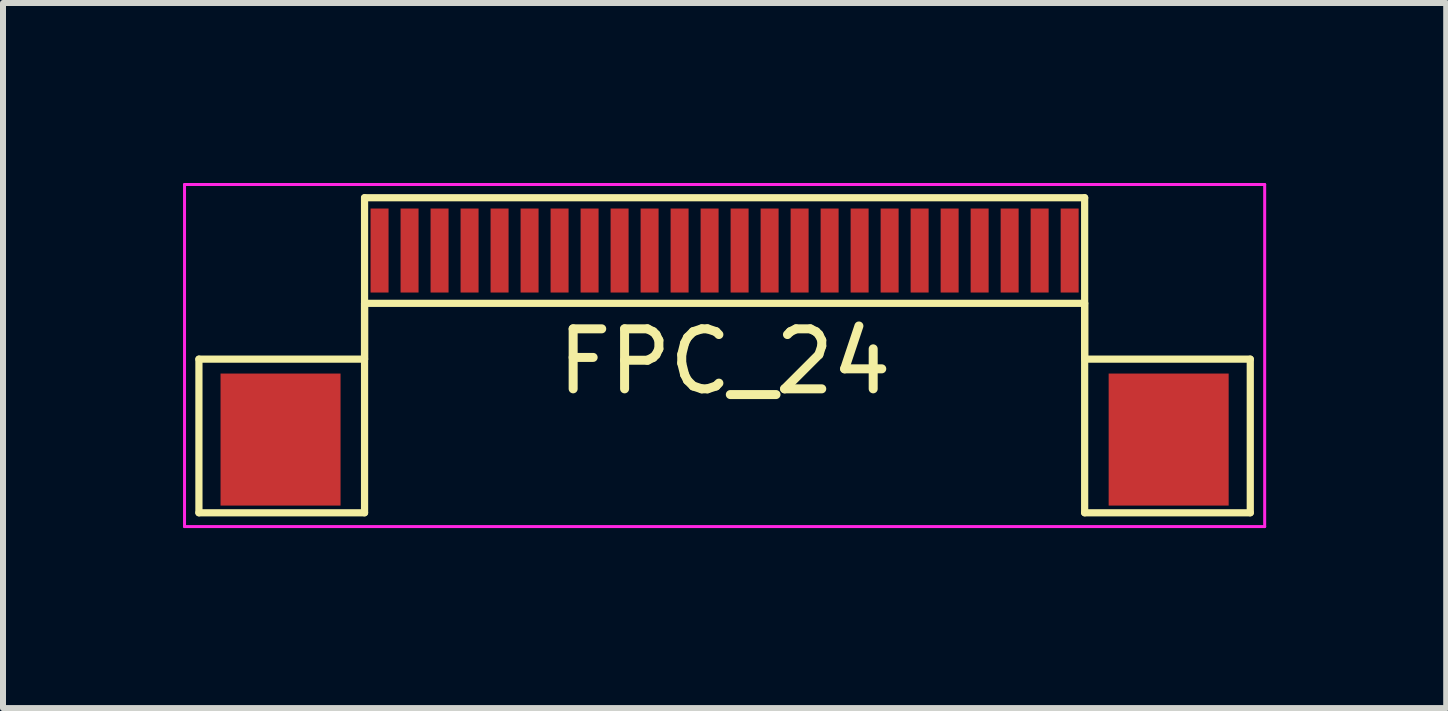
<source format=kicad_pcb>
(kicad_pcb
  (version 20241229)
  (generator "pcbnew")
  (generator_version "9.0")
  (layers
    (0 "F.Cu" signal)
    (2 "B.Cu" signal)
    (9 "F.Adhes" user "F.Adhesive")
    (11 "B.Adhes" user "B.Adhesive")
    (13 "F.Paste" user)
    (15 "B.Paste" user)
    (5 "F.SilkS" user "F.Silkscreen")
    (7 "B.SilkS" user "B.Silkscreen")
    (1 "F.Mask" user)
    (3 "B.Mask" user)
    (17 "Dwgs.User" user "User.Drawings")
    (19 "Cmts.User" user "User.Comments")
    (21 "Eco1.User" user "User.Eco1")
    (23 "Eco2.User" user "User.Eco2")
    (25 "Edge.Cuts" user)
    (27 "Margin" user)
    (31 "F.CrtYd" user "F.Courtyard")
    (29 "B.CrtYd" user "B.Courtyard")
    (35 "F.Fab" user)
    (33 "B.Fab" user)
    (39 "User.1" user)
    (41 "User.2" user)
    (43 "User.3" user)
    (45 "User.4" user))
  (footprint "FPC_24"
    (layer "F.Cu")
    (at 9.025 1.125)
    (property "Reference" "FPC_24" (at 0 1.85 0) (layer "F.SilkS") (effects (font (size 1 1) (thickness 0.15))))
    (attr smd)
    (fp_line (start -8.76 1.81) (end -6 1.81) (stroke (width 0.12) (type solid)) (layer "F.SilkS"))
    (fp_line (start -8.76 4.37) (end -8.76 1.81) (stroke (width 0.12) (type solid)) (layer "F.SilkS"))
    (fp_line (start -6 -0.88) (end 6 -0.88) (stroke (width 0.12) (type solid)) (layer "F.SilkS"))
    (fp_line (start -6 0.88) (end -6 4.37) (stroke (width 0.12) (type solid)) (layer "F.SilkS"))
    (fp_line (start -6 0.88) (end 6 0.88) (stroke (width 0.12) (type solid)) (layer "F.SilkS"))
    (fp_line (start -6 1.81) (end -6 -0.88) (stroke (width 0.12) (type solid)) (layer "F.SilkS"))
    (fp_line (start -6 4.37) (end -8.76 4.37) (stroke (width 0.12) (type solid)) (layer "F.SilkS"))
    (fp_line (start 6 0.88) (end 6 4.37) (stroke (width 0.12) (type solid)) (layer "F.SilkS"))
    (fp_line (start 6 1.81) (end 6 -0.88) (stroke (width 0.12) (type solid)) (layer "F.SilkS"))
    (fp_line (start 6 4.37) (end 8.76 4.37) (stroke (width 0.12) (type solid)) (layer "F.SilkS"))
    (fp_line (start 8.76 1.81) (end 6 1.81) (stroke (width 0.12) (type solid)) (layer "F.SilkS"))
    (fp_line (start 8.76 4.37) (end 8.76 1.81) (stroke (width 0.12) (type solid)) (layer "F.SilkS"))
    (fp_line (start -9 -1.1) (end -9 4.6) (stroke (width 0.05) (type solid)) (layer "F.CrtYd"))
    (fp_line (start -9 -1.1) (end 9 -1.1) (stroke (width 0.05) (type solid)) (layer "F.CrtYd"))
    (fp_line (start -9 4.6) (end 9 4.6) (stroke (width 0.05) (type solid)) (layer "F.CrtYd"))
    (fp_line (start 9 -1.1) (end 9 4.6) (stroke (width 0.05) (type solid)) (layer "F.CrtYd"))
    (pad "0" smd rect (at -7.4 3.15) (size 2 2.2) (layers "F.Cu" "F.Mask" "F.Paste"))
    (pad "0" smd rect (at 7.4 3.15) (size 2 2.2) (layers "F.Cu" "F.Mask" "F.Paste"))
    (pad "1" smd rect (at -5.75 0) (size 0.3 1.4) (layers "F.Cu" "F.Mask" "F.Paste"))
    (pad "2" smd rect (at -5.25 0) (size 0.3 1.4) (layers "F.Cu" "F.Mask" "F.Paste"))
    (pad "3" smd rect (at -4.75 0) (size 0.3 1.4) (layers "F.Cu" "F.Mask" "F.Paste"))
    (pad "4" smd rect (at -4.25 0) (size 0.3 1.4) (layers "F.Cu" "F.Mask" "F.Paste"))
    (pad "5" smd rect (at -3.75 0) (size 0.3 1.4) (layers "F.Cu" "F.Mask" "F.Paste"))
    (pad "6" smd rect (at -3.25 0) (size 0.3 1.4) (layers "F.Cu" "F.Mask" "F.Paste"))
    (pad "7" smd rect (at -2.75 0) (size 0.3 1.4) (layers "F.Cu" "F.Mask" "F.Paste"))
    (pad "8" smd rect (at -2.25 0) (size 0.3 1.4) (layers "F.Cu" "F.Mask" "F.Paste"))
    (pad "9" smd rect (at -1.75 0) (size 0.3 1.4) (layers "F.Cu" "F.Mask" "F.Paste"))
    (pad "10" smd rect (at -1.25 0) (size 0.3 1.4) (layers "F.Cu" "F.Mask" "F.Paste"))
    (pad "11" smd rect (at -0.75 0) (size 0.3 1.4) (layers "F.Cu" "F.Mask" "F.Paste"))
    (pad "12" smd rect (at -0.25 0) (size 0.3 1.4) (layers "F.Cu" "F.Mask" "F.Paste"))
    (pad "13" smd rect (at 0.25 0) (size 0.3 1.4) (layers "F.Cu" "F.Mask" "F.Paste"))
    (pad "14" smd rect (at 0.75 0) (size 0.3 1.4) (layers "F.Cu" "F.Mask" "F.Paste"))
    (pad "15" smd rect (at 1.25 0) (size 0.3 1.4) (layers "F.Cu" "F.Mask" "F.Paste"))
    (pad "16" smd rect (at 1.75 0) (size 0.3 1.4) (layers "F.Cu" "F.Mask" "F.Paste"))
    (pad "17" smd rect (at 2.25 0) (size 0.3 1.4) (layers "F.Cu" "F.Mask" "F.Paste"))
    (pad "18" smd rect (at 2.75 0) (size 0.3 1.4) (layers "F.Cu" "F.Mask" "F.Paste"))
    (pad "19" smd rect (at 3.25 0) (size 0.3 1.4) (layers "F.Cu" "F.Mask" "F.Paste"))
    (pad "20" smd rect (at 3.75 0) (size 0.3 1.4) (layers "F.Cu" "F.Mask" "F.Paste"))
    (pad "21" smd rect (at 4.25 0) (size 0.3 1.4) (layers "F.Cu" "F.Mask" "F.Paste"))
    (pad "22" smd rect (at 4.75 0) (size 0.3 1.4) (layers "F.Cu" "F.Mask" "F.Paste"))
    (pad "23" smd rect (at 5.25 0) (size 0.3 1.4) (layers "F.Cu" "F.Mask" "F.Paste"))
    (pad "24" smd rect (at 5.75 0) (size 0.3 1.4) (layers "F.Cu" "F.Mask" "F.Paste")))
  (gr_rect
    (start -3 -3)
    (end 21.05 8.75)
    (stroke (width 0.1) (type default))
    (fill no)
    (layer "Edge.Cuts")))
</source>
